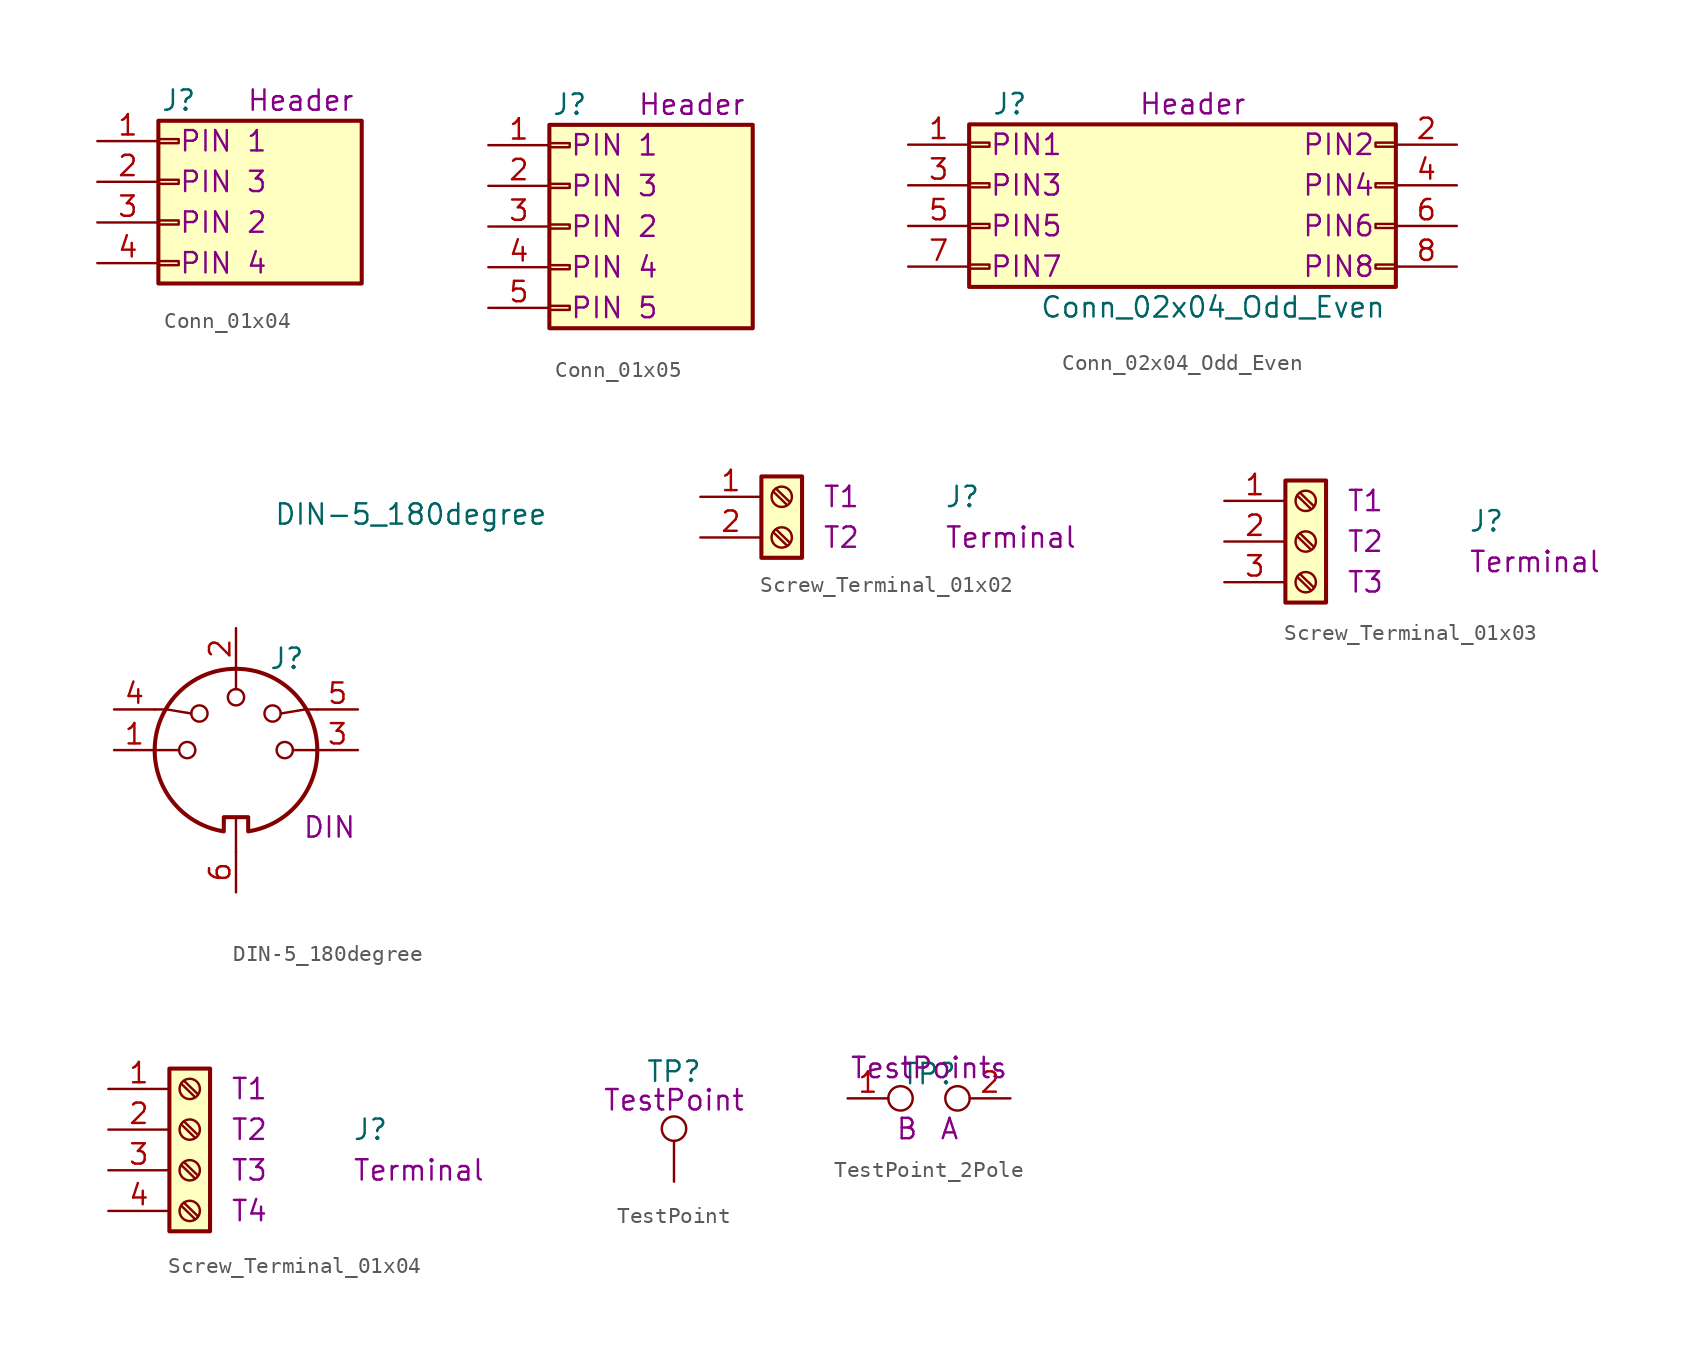
<source format=kicad_sym>
(kicad_symbol_lib
  (version 20231120)
  (generator "kicad_symbol_editor")
  (generator_version "8.0")
  (symbol "Conn_01x04"
    (pin_names
      (offset 1.016) hide)
    (property "Reference" "J"
      (at 0 5.08 0)
      (effects (font (size 1.27 1.27))))
    (property "Purpose Pin1" "PIN 1"
      (at 0 2.54 0)
      (effects (font (size 1.27 1.27)) (justify left)))
    (property "Purpose Pin2" "PIN 2"
      (at 0 -2.54 0)
      (effects (font (size 1.27 1.27)) (justify left)))
    (property "Purpose Pin3" "PIN 3"
      (at 0 0 0)
      (effects (font (size 1.27 1.27)) (justify left)))
    (property "Purpose Pin4" "PIN 4"
      (at 0 -5.08 0)
      (effects (font (size 1.27 1.27)) (justify left)))
    (property "Purpose" "Header"
      (at 7.62 5.08 0)
      (effects (font (size 1.27 1.27))))
    (symbol "Conn_01x04_1_1"
      (rectangle (start -1.27 -4.953) (end 0 -5.207) (stroke (width 0.152) (type default)) (fill (type none)))
      (rectangle (start -1.27 -2.413) (end 0 -2.667) (stroke (width 0.152) (type default)) (fill (type none)))
      (rectangle (start -1.27 0.127) (end 0 -0.127) (stroke (width 0.152) (type default)) (fill (type none)))
      (rectangle (start -1.27 2.667) (end 0 2.413) (stroke (width 0.152) (type default)) (fill (type none)))
      (rectangle (start -1.27 3.81) (end 11.43 -6.35) (stroke (width 0.254) (type default)) (fill (type background)))
      (pin passive line (at -5.08 2.54 0) (length 3.81) (name "Pin_1" (effects (font (size 1.27 1.27)))) (number "1" (effects (font (size 1.27 1.27)))))
      (pin passive line (at -5.08 0 0) (length 3.81) (name "Pin_2" (effects (font (size 1.27 1.27)))) (number "2" (effects (font (size 1.27 1.27)))))
      (pin passive line (at -5.08 -2.54 0) (length 3.81) (name "Pin_3" (effects (font (size 1.27 1.27)))) (number "3" (effects (font (size 1.27 1.27)))))
      (pin passive line (at -5.08 -5.08 0) (length 3.81) (name "Pin_4" (effects (font (size 1.27 1.27)))) (number "4" (effects (font (size 1.27 1.27)))))))
  (symbol "Conn_01x05"
    (pin_names
      (offset 1.016) hide)
    (property "Reference" "J"
      (at 0 5.08 0)
      (effects (font (size 1.27 1.27))))
    (property "Purpose Pin1" "PIN 1"
      (at 0 2.54 0)
      (do_not_autoplace)
      (effects (font (size 1.27 1.27)) (justify left)))
    (property "Purpose Pin2" "PIN 2"
      (at 0 -2.54 0)
      (do_not_autoplace)
      (effects (font (size 1.27 1.27)) (justify left)))
    (property "Purpose Pin3" "PIN 3"
      (at 0 0 0)
      (do_not_autoplace)
      (effects (font (size 1.27 1.27)) (justify left)))
    (property "Purpose Pin4" "PIN 4"
      (at 0 -5.08 0)
      (do_not_autoplace)
      (effects (font (size 1.27 1.27)) (justify left)))
    (property "Purpose Pin5" "PIN 5"
      (at 0 -7.62 0)
      (do_not_autoplace)
      (effects (font (size 1.27 1.27)) (justify left)))
    (property "Purpose" "Header"
      (at 7.62 5.08 0)
      (effects (font (size 1.27 1.27))))
    (symbol "Conn_01x05_1_1"
      (rectangle (start -1.27 -7.493) (end 0 -7.747) (stroke (width 0.152) (type default)) (fill (type none)))
      (rectangle (start -1.27 -4.953) (end 0 -5.207) (stroke (width 0.152) (type default)) (fill (type none)))
      (rectangle (start -1.27 -2.413) (end 0 -2.667) (stroke (width 0.152) (type default)) (fill (type none)))
      (rectangle (start -1.27 0.127) (end 0 -0.127) (stroke (width 0.152) (type default)) (fill (type none)))
      (rectangle (start -1.27 2.667) (end 0 2.413) (stroke (width 0.152) (type default)) (fill (type none)))
      (rectangle (start -1.27 3.81) (end 11.43 -8.89) (stroke (width 0.254) (type default)) (fill (type background)))
      (pin passive line (at -5.08 2.54 0) (length 3.81) (name "Pin_1" (effects (font (size 1.27 1.27)))) (number "1" (effects (font (size 1.27 1.27)))))
      (pin passive line (at -5.08 0 0) (length 3.81) (name "Pin_2" (effects (font (size 1.27 1.27)))) (number "2" (effects (font (size 1.27 1.27)))))
      (pin passive line (at -5.08 -2.54 0) (length 3.81) (name "Pin_3" (effects (font (size 1.27 1.27)))) (number "3" (effects (font (size 1.27 1.27)))))
      (pin passive line (at -5.08 -5.08 0) (length 3.81) (name "Pin_4" (effects (font (size 1.27 1.27)))) (number "4" (effects (font (size 1.27 1.27)))))
      (pin passive line (at -5.08 -7.62 0) (length 3.81) (name "Pin_5" (effects (font (size 1.27 1.27)))) (number "5" (effects (font (size 1.27 1.27)))))))
  (symbol "Conn_02x04_Odd_Even"
    (pin_names
      (offset 1.016) hide)
    (property "Reference" "J"
      (at -11.43 5.08 0)
      (effects (font (size 1.27 1.27))))
    (property "Value" "Conn_02x04_Odd_Even"
      (at 1.27 -7.62 0)
      (effects (font (size 1.27 1.27))))
    (property "Purpose Pin1" "PIN1"
      (at -12.7 2.54 0)
      (effects (font (size 1.27 1.27)) (justify left)))
    (property "Purpose Pin2" "PIN2"
      (at 11.43 2.54 0)
      (effects (font (size 1.27 1.27)) (justify right)))
    (property "Purpose Pin3" "PIN3"
      (at -12.7 0 0)
      (effects (font (size 1.27 1.27)) (justify left)))
    (property "Purpose Pin4" "PIN4"
      (at 11.43 0 0)
      (effects (font (size 1.27 1.27)) (justify right)))
    (property "Purpose Pin5" "PIN5"
      (at -12.7 -2.54 0)
      (effects (font (size 1.27 1.27)) (justify left)))
    (property "Purpose Pin6" "PIN6"
      (at 11.43 -2.54 0)
      (effects (font (size 1.27 1.27)) (justify right)))
    (property "Purpose Pin7" "PIN7"
      (at -12.7 -5.08 0)
      (effects (font (size 1.27 1.27)) (justify left)))
    (property "Purpose Pin8" "PIN8"
      (at 11.43 -5.08 0)
      (effects (font (size 1.27 1.27)) (justify right)))
    (property "Purpose" "Header"
      (at 0 5.08 0)
      (effects (font (size 1.27 1.27))))
    (symbol "Conn_02x04_Odd_Even_1_1"
      (rectangle (start -13.97 -4.953) (end -12.7 -5.207) (stroke (width 0.152) (type default)) (fill (type none)))
      (rectangle (start -13.97 -2.413) (end -12.7 -2.667) (stroke (width 0.152) (type default)) (fill (type none)))
      (rectangle (start -13.97 0.127) (end -12.7 -0.127) (stroke (width 0.152) (type default)) (fill (type none)))
      (rectangle (start -13.97 2.667) (end -12.7 2.413) (stroke (width 0.152) (type default)) (fill (type none)))
      (rectangle (start -13.97 3.81) (end 12.7 -6.35) (stroke (width 0.254) (type default)) (fill (type background)))
      (rectangle (start 12.7 -4.953) (end 11.43 -5.207) (stroke (width 0.152) (type default)) (fill (type none)))
      (rectangle (start 12.7 -2.413) (end 11.43 -2.667) (stroke (width 0.152) (type default)) (fill (type none)))
      (rectangle (start 12.7 0.127) (end 11.43 -0.127) (stroke (width 0.152) (type default)) (fill (type none)))
      (rectangle (start 12.7 2.667) (end 11.43 2.413) (stroke (width 0.152) (type default)) (fill (type none)))
      (pin passive line (at -17.78 2.54 0) (length 3.81) (name "Pin_1" (effects (font (size 1.27 1.27)))) (number "1" (effects (font (size 1.27 1.27)))))
      (pin passive line (at 16.51 2.54 180) (length 3.81) (name "Pin_2" (effects (font (size 1.27 1.27)))) (number "2" (effects (font (size 1.27 1.27)))))
      (pin passive line (at -17.78 0 0) (length 3.81) (name "Pin_3" (effects (font (size 1.27 1.27)))) (number "3" (effects (font (size 1.27 1.27)))))
      (pin passive line (at 16.51 0 180) (length 3.81) (name "Pin_4" (effects (font (size 1.27 1.27)))) (number "4" (effects (font (size 1.27 1.27)))))
      (pin passive line (at -17.78 -2.54 0) (length 3.81) (name "Pin_5" (effects (font (size 1.27 1.27)))) (number "5" (effects (font (size 1.27 1.27)))))
      (pin passive line (at 16.51 -2.54 180) (length 3.81) (name "Pin_6" (effects (font (size 1.27 1.27)))) (number "6" (effects (font (size 1.27 1.27)))))
      (pin passive line (at -17.78 -5.08 0) (length 3.81) (name "Pin_7" (effects (font (size 1.27 1.27)))) (number "7" (effects (font (size 1.27 1.27)))))
      (pin passive line (at 16.51 -5.08 180) (length 3.81) (name "Pin_8" (effects (font (size 1.27 1.27)))) (number "8" (effects (font (size 1.27 1.27)))))))
  (symbol "DIN-5_180degree"
    (pin_names
      (offset 1.016))
    (property "Reference" "J"
      (at 3.175 5.715 0)
      (effects (font (size 1.27 1.27))))
    (property "Value" "DIN-5_180degree"
      (at 10.922 14.732 0)
      (effects (font (size 1.27 1.27))))
    (property "Purpose" "DIN"
      (at 5.842 -4.826 0)
      (effects (font (size 1.27 1.27))))
    (symbol "DIN-5_180degree_0_1"
      (arc (start -5.08 0) (mid -3.8609 -3.3364) (end -0.762 -5.08) (stroke (width 0.254) (type default)) (fill (type none)))
      (circle (center -3.048 0) (radius 0.508) (stroke (width 0) (type default)) (fill (type none)))
      (circle (center -2.286 2.286) (radius 0.508) (stroke (width 0) (type default)) (fill (type none)))
      (polyline (pts (xy -5.08 0) (xy -3.556 0)) (stroke (width 0) (type default)) (fill (type none)))
      (polyline (pts (xy 0 -6.35) (xy -0.002 -4.173)) (stroke (width 0) (type default)) (fill (type none)))
      (polyline (pts (xy 0 5.08) (xy 0 3.81)) (stroke (width 0) (type default)) (fill (type none)))
      (polyline (pts (xy 5.08 0) (xy 3.556 0)) (stroke (width 0) (type default)) (fill (type none)))
      (polyline (pts (xy -5.08 2.54) (xy -4.318 2.54) (xy -2.794 2.286)) (stroke (width 0) (type default)) (fill (type none)))
      (polyline (pts (xy 5.08 2.54) (xy 4.318 2.54) (xy 2.794 2.286)) (stroke (width 0) (type default)) (fill (type none)))
      (polyline (pts (xy -0.762 -4.953) (xy -0.762 -4.191) (xy 0.762 -4.191) (xy 0.762 -4.953)) (stroke (width 0.254) (type default)) (fill (type none)))
      (circle (center 0 3.302) (radius 0.508) (stroke (width 0) (type default)) (fill (type none)))
      (arc (start 0.762 -5.08) (mid 3.8685 -3.343) (end 5.08 0) (stroke (width 0.254) (type default)) (fill (type none)))
      (circle (center 2.286 2.286) (radius 0.508) (stroke (width 0) (type default)) (fill (type none)))
      (circle (center 3.048 0) (radius 0.508) (stroke (width 0) (type default)) (fill (type none)))
      (arc (start 5.08 0) (mid 0 5.0579) (end -5.08 0) (stroke (width 0.254) (type default)) (fill (type none))))
    (symbol "DIN-5_180degree_1_1"
      (pin passive line (at -7.62 0 0) (length 2.54) (name "~" (effects (font (size 1.27 1.27)))) (number "1" (effects (font (size 1.27 1.27)))))
      (pin passive line (at 0 7.62 270) (length 2.54) (name "~" (effects (font (size 1.27 1.27)))) (number "2" (effects (font (size 1.27 1.27)))))
      (pin passive line (at 7.62 0 180) (length 2.54) (name "~" (effects (font (size 1.27 1.27)))) (number "3" (effects (font (size 1.27 1.27)))))
      (pin passive line (at -7.62 2.54 0) (length 2.54) (name "~" (effects (font (size 1.27 1.27)))) (number "4" (effects (font (size 1.27 1.27)))))
      (pin passive line (at 7.62 2.54 180) (length 2.54) (name "~" (effects (font (size 1.27 1.27)))) (number "5" (effects (font (size 1.27 1.27)))))
      (pin passive line (at 0 -8.89 90) (length 2.54) (name "~" (effects (font (size 1.27 1.27)))) (number "6" (effects (font (size 1.27 1.27)))))))
  (symbol "Screw_Terminal_01x02"
    (pin_names
      (offset 1.016) hide)
    (property "Reference" "J"
      (at 10.16 0 0)
      (effects (font (size 1.27 1.27)) (justify left)))
    (property "Purpose Pin1" "T1"
      (at 2.54 0 0)
      (effects (font (size 1.27 1.27)) (justify left)))
    (property "Purpose Pin2" "T2"
      (at 2.54 -2.54 0)
      (effects (font (size 1.27 1.27)) (justify left)))
    (property "Purpose" "Terminal"
      (at 10.16 -2.54 0)
      (effects (font (size 1.27 1.27)) (justify left)))
    (symbol "Screw_Terminal_01x02_1_1"
      (rectangle (start -1.27 1.27) (end 1.27 -3.81) (stroke (width 0.254) (type default)) (fill (type background)))
      (circle (center 0 -2.54) (radius 0.635) (stroke (width 0.152) (type default)) (fill (type none)))
      (polyline (pts (xy -0.533 -2.21) (xy 0.33 -3.048)) (stroke (width 0.152) (type default)) (fill (type none)))
      (polyline (pts (xy -0.533 0.33) (xy 0.33 -0.508)) (stroke (width 0.152) (type default)) (fill (type none)))
      (polyline (pts (xy -0.356 -2.032) (xy 0.508 -2.87)) (stroke (width 0.152) (type default)) (fill (type none)))
      (polyline (pts (xy -0.356 0.508) (xy 0.508 -0.33)) (stroke (width 0.152) (type default)) (fill (type none)))
      (circle (center 0 0) (radius 0.635) (stroke (width 0.152) (type default)) (fill (type none)))
      (pin passive line (at -5.08 0 0) (length 3.81) (name "Pin_1" (effects (font (size 1.27 1.27)))) (number "1" (effects (font (size 1.27 1.27)))))
      (pin passive line (at -5.08 -2.54 0) (length 3.81) (name "Pin_2" (effects (font (size 1.27 1.27)))) (number "2" (effects (font (size 1.27 1.27)))))))
  (symbol "Screw_Terminal_01x03"
    (pin_names
      (offset 1.016) hide)
    (property "Reference" "J"
      (at 10.16 1.27 0)
      (effects (font (size 1.27 1.27)) (justify left)))
    (property "Purpose" "Terminal"
      (at 10.16 -1.27 0)
      (effects (font (size 1.27 1.27)) (justify left)))
    (property "Purpose Pin1" "T1"
      (at 2.54 2.54 0)
      (effects (font (size 1.27 1.27)) (justify left)))
    (property "Purpose Pin2" "T2"
      (at 2.54 0 0)
      (effects (font (size 1.27 1.27)) (justify left)))
    (property "Purpose Pin3" "T3"
      (at 2.54 -2.54 0)
      (effects (font (size 1.27 1.27)) (justify left)))
    (symbol "Screw_Terminal_01x03_1_1"
      (rectangle (start -1.27 3.81) (end 1.27 -3.81) (stroke (width 0.254) (type default)) (fill (type background)))
      (circle (center 0 -2.54) (radius 0.635) (stroke (width 0.152) (type default)) (fill (type none)))
      (polyline (pts (xy -0.533 -2.21) (xy 0.33 -3.048)) (stroke (width 0.152) (type default)) (fill (type none)))
      (polyline (pts (xy -0.533 0.33) (xy 0.33 -0.508)) (stroke (width 0.152) (type default)) (fill (type none)))
      (polyline (pts (xy -0.533 2.87) (xy 0.33 2.032)) (stroke (width 0.152) (type default)) (fill (type none)))
      (polyline (pts (xy -0.356 -2.032) (xy 0.508 -2.87)) (stroke (width 0.152) (type default)) (fill (type none)))
      (polyline (pts (xy -0.356 0.508) (xy 0.508 -0.33)) (stroke (width 0.152) (type default)) (fill (type none)))
      (polyline (pts (xy -0.356 3.048) (xy 0.508 2.21)) (stroke (width 0.152) (type default)) (fill (type none)))
      (circle (center 0 0) (radius 0.635) (stroke (width 0.152) (type default)) (fill (type none)))
      (circle (center 0 2.54) (radius 0.635) (stroke (width 0.152) (type default)) (fill (type none)))
      (pin passive line (at -5.08 2.54 0) (length 3.81) (name "Pin_1" (effects (font (size 1.27 1.27)))) (number "1" (effects (font (size 1.27 1.27)))))
      (pin passive line (at -5.08 0 0) (length 3.81) (name "Pin_2" (effects (font (size 1.27 1.27)))) (number "2" (effects (font (size 1.27 1.27)))))
      (pin passive line (at -5.08 -2.54 0) (length 3.81) (name "Pin_3" (effects (font (size 1.27 1.27)))) (number "3" (effects (font (size 1.27 1.27)))))))
  (symbol "Screw_Terminal_01x04"
    (pin_names
      (offset 1.016) hide)
    (property "Reference" "J"
      (at 10.16 0 0)
      (effects (font (size 1.27 1.27)) (justify left)))
    (property "Purpose Pin1" "T1"
      (at 2.54 2.54 0)
      (effects (font (size 1.27 1.27)) (justify left)))
    (property "Purpose Pin2" "T2"
      (at 2.54 0 0)
      (effects (font (size 1.27 1.27)) (justify left)))
    (property "Purpose Pin3" "T3"
      (at 2.54 -2.54 0)
      (effects (font (size 1.27 1.27)) (justify left)))
    (property "Purpose Pin4" "T4"
      (at 2.54 -5.08 0)
      (effects (font (size 1.27 1.27)) (justify left)))
    (property "Purpose" "Terminal"
      (at 10.16 -2.54 0)
      (effects (font (size 1.27 1.27)) (justify left)))
    (symbol "Screw_Terminal_01x04_1_1"
      (rectangle (start -1.27 3.81) (end 1.27 -6.35) (stroke (width 0.254) (type default)) (fill (type background)))
      (circle (center 0 -5.08) (radius 0.635) (stroke (width 0.152) (type default)) (fill (type none)))
      (circle (center 0 -2.54) (radius 0.635) (stroke (width 0.152) (type default)) (fill (type none)))
      (polyline (pts (xy -0.533 -4.75) (xy 0.33 -5.588)) (stroke (width 0.152) (type default)) (fill (type none)))
      (polyline (pts (xy -0.533 -2.21) (xy 0.33 -3.048)) (stroke (width 0.152) (type default)) (fill (type none)))
      (polyline (pts (xy -0.533 0.33) (xy 0.33 -0.508)) (stroke (width 0.152) (type default)) (fill (type none)))
      (polyline (pts (xy -0.533 2.87) (xy 0.33 2.032)) (stroke (width 0.152) (type default)) (fill (type none)))
      (polyline (pts (xy -0.356 -4.572) (xy 0.508 -5.41)) (stroke (width 0.152) (type default)) (fill (type none)))
      (polyline (pts (xy -0.356 -2.032) (xy 0.508 -2.87)) (stroke (width 0.152) (type default)) (fill (type none)))
      (polyline (pts (xy -0.356 0.508) (xy 0.508 -0.33)) (stroke (width 0.152) (type default)) (fill (type none)))
      (polyline (pts (xy -0.356 3.048) (xy 0.508 2.21)) (stroke (width 0.152) (type default)) (fill (type none)))
      (circle (center 0 0) (radius 0.635) (stroke (width 0.152) (type default)) (fill (type none)))
      (circle (center 0 2.54) (radius 0.635) (stroke (width 0.152) (type default)) (fill (type none)))
      (pin passive line (at -5.08 2.54 0) (length 3.81) (name "Pin_1" (effects (font (size 1.27 1.27)))) (number "1" (effects (font (size 1.27 1.27)))))
      (pin passive line (at -5.08 0 0) (length 3.81) (name "Pin_2" (effects (font (size 1.27 1.27)))) (number "2" (effects (font (size 1.27 1.27)))))
      (pin passive line (at -5.08 -2.54 0) (length 3.81) (name "Pin_3" (effects (font (size 1.27 1.27)))) (number "3" (effects (font (size 1.27 1.27)))))
      (pin passive line (at -5.08 -5.08 0) (length 3.81) (name "Pin_4" (effects (font (size 1.27 1.27)))) (number "4" (effects (font (size 1.27 1.27)))))))
  (symbol "TestPoint"
    (pin_numbers hide)
    (pin_names
      (offset 0.762) hide)
    (property "Reference" "TP"
      (at 0 6.858 0)
      (effects (font (size 1.27 1.27))))
    (property "Purpose" "TestPoint"
      (at 0 5.08 0)
      (do_not_autoplace)
      (effects (font (size 1.27 1.27))))
    (symbol "TestPoint_0_1"
      (circle (center 0 3.302) (radius 0.762) (stroke (width 0) (type default)) (fill (type none))))
    (symbol "TestPoint_1_1"
      (pin passive line (at 0 0 90) (length 2.54) (name "1" (effects (font (size 1.27 1.27)))) (number "1" (effects (font (size 1.27 1.27)))))))
  (symbol "TestPoint_2Pole"
    (pin_names
      (offset 0.762) hide)
    (property "Reference" "TP"
      (at 0 1.524 0)
      (effects (font (size 1.27 1.27))))
    (property "Purpose" "TestPoints"
      (at 0 1.905 0)
      (do_not_autoplace)
      (effects (font (size 1.27 1.27))))
    (property "Purpose Pin1" "A"
      (at 0.635 -1.905 0)
      (do_not_autoplace)
      (effects (font (size 1.27 1.27)) (justify left)))
    (property "Purpose Pin2" "B"
      (at -0.635 -1.905 0)
      (do_not_autoplace)
      (effects (font (size 1.27 1.27)) (justify right)))
    (symbol "TestPoint_2Pole_0_1"
      (circle (center -1.778 0) (radius 0.762) (stroke (width 0) (type default)) (fill (type none)))
      (circle (center 1.778 0) (radius 0.762) (stroke (width 0) (type default)) (fill (type none)))
      (pin passive line (at -5.08 0 0) (length 2.54) (name "1" (effects (font (size 1.27 1.27)))) (number "1" (effects (font (size 1.27 1.27)))))
      (pin passive line (at 5.08 0 180) (length 2.54) (name "2" (effects (font (size 1.27 1.27)))) (number "2" (effects (font (size 1.27 1.27))))))))
</source>
